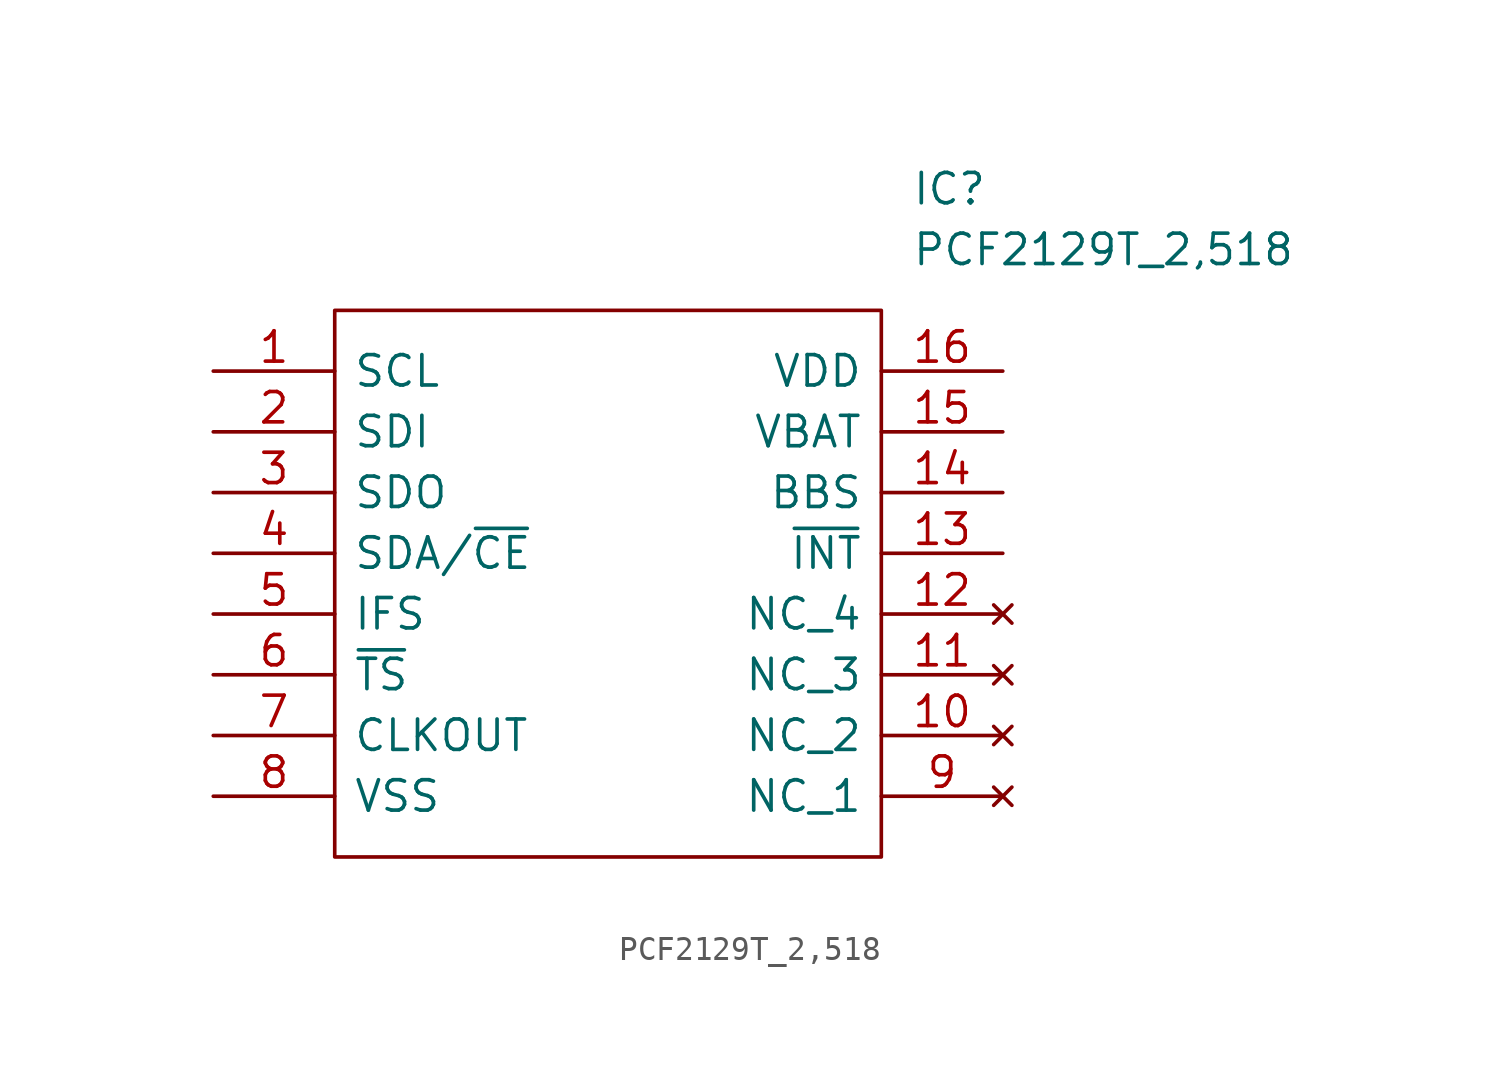
<source format=kicad_sym>
(kicad_symbol_lib
  (version 20200908)
  (generator kicad_symbol_editor)
  (symbol "PCF2129T_2_518:PCF2129T_2,518"
    (pin_names
      (offset 0.762))
    (property "Reference" "IC"
      (at 29.21 7.62 0)
      (effects (font (size 1.27 1.27)) (justify left)))
    (property "Value" "PCF2129T_2,518"
      (at 29.21 5.08 0)
      (effects (font (size 1.27 1.27)) (justify left)))
    (symbol "PCF2129T_2,518_0_1"
      (polyline (pts (xy 5.08 2.54) (xy 27.94 2.54) (xy 27.94 -20.32) (xy 5.08 -20.32) (xy 5.08 2.54)) (stroke (width 0.152)) (fill (type none))))
    (symbol "PCF2129T_2,518_0_0"
      (pin input line (at 0 0 0) (length 5.08) (name "SCL" (effects (font (size 1.27 1.27)))) (number "1" (effects (font (size 1.27 1.27)))))
      (pin input line (at 0 -2.54 0) (length 5.08) (name "SDI" (effects (font (size 1.27 1.27)))) (number "2" (effects (font (size 1.27 1.27)))))
      (pin output line (at 0 -5.08 0) (length 5.08) (name "SDO" (effects (font (size 1.27 1.27)))) (number "3" (effects (font (size 1.27 1.27)))))
      (pin bidirectional line (at 0 -7.62 0) (length 5.08) (name "SDA/~CE" (effects (font (size 1.27 1.27)))) (number "4" (effects (font (size 1.27 1.27)))))
      (pin input line (at 0 -10.16 0) (length 5.08) (name "IFS" (effects (font (size 1.27 1.27)))) (number "5" (effects (font (size 1.27 1.27)))))
      (pin input line (at 0 -12.7 0) (length 5.08) (name "~TS" (effects (font (size 1.27 1.27)))) (number "6" (effects (font (size 1.27 1.27)))))
      (pin output line (at 0 -15.24 0) (length 5.08) (name "CLKOUT" (effects (font (size 1.27 1.27)))) (number "7" (effects (font (size 1.27 1.27)))))
      (pin power_in line (at 0 -17.78 0) (length 5.08) (name "VSS" (effects (font (size 1.27 1.27)))) (number "8" (effects (font (size 1.27 1.27)))))
      (pin power_in line (at 33.02 0 180) (length 5.08) (name "VDD" (effects (font (size 1.27 1.27)))) (number "16" (effects (font (size 1.27 1.27)))))
      (pin power_in line (at 33.02 -2.54 180) (length 5.08) (name "VBAT" (effects (font (size 1.27 1.27)))) (number "15" (effects (font (size 1.27 1.27)))))
      (pin output line (at 33.02 -5.08 180) (length 5.08) (name "BBS" (effects (font (size 1.27 1.27)))) (number "14" (effects (font (size 1.27 1.27)))))
      (pin output line (at 33.02 -7.62 180) (length 5.08) (name "~INT" (effects (font (size 1.27 1.27)))) (number "13" (effects (font (size 1.27 1.27)))))
      (pin unconnected line (at 33.02 -10.16 180) (length 5.08) (name "NC_4" (effects (font (size 1.27 1.27)))) (number "12" (effects (font (size 1.27 1.27)))))
      (pin unconnected line (at 33.02 -12.7 180) (length 5.08) (name "NC_3" (effects (font (size 1.27 1.27)))) (number "11" (effects (font (size 1.27 1.27)))))
      (pin unconnected line (at 33.02 -15.24 180) (length 5.08) (name "NC_2" (effects (font (size 1.27 1.27)))) (number "10" (effects (font (size 1.27 1.27)))))
      (pin unconnected line (at 33.02 -17.78 180) (length 5.08) (name "NC_1" (effects (font (size 1.27 1.27)))) (number "9" (effects (font (size 1.27 1.27))))))))
</source>
